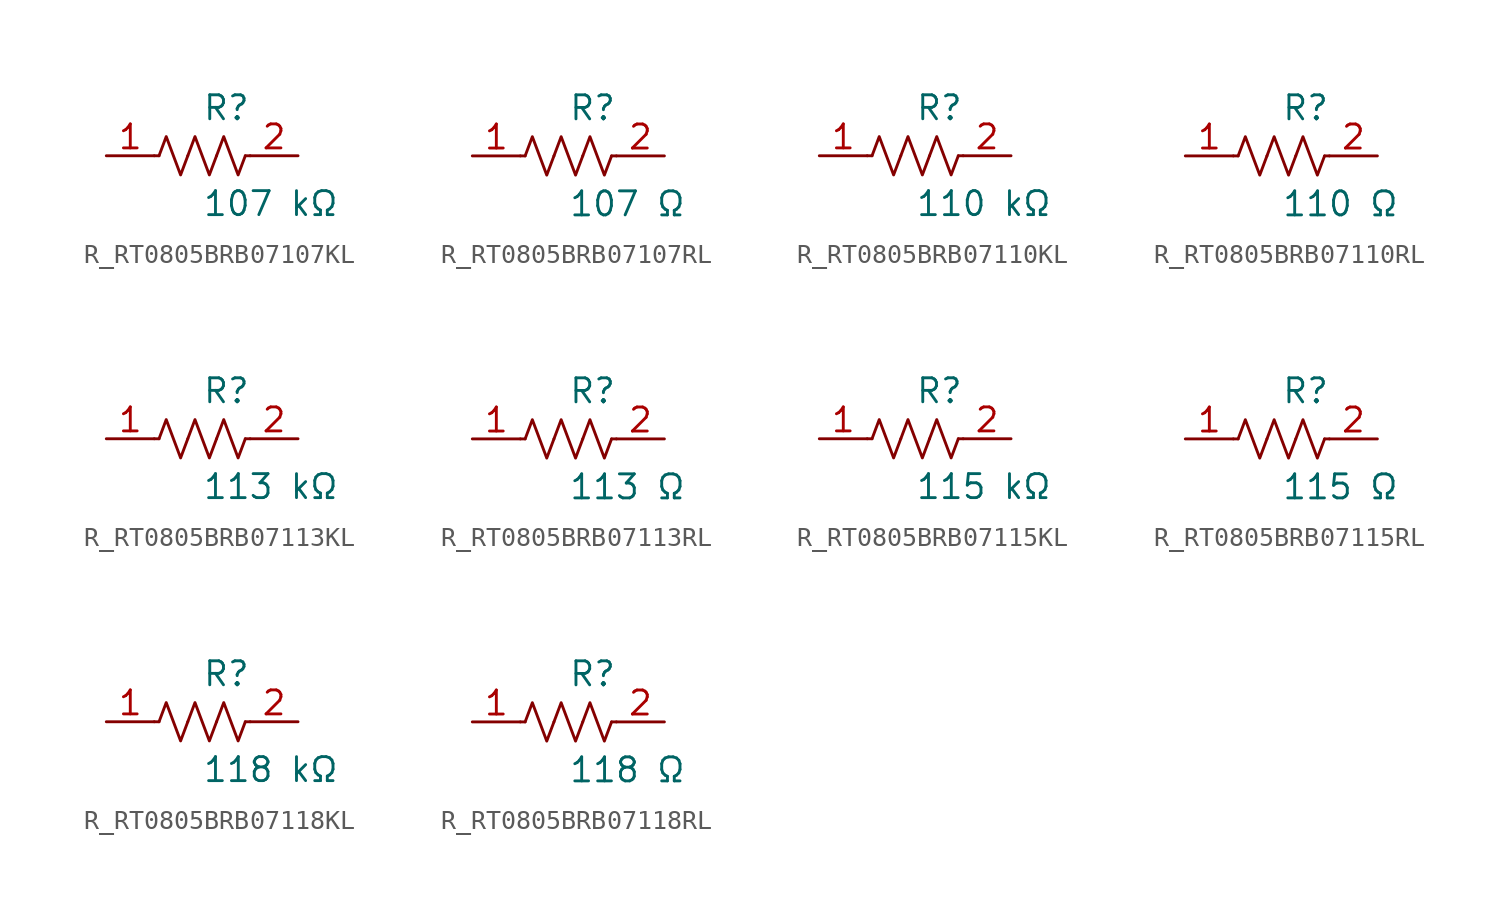
<source format=kicad_sym>
(kicad_symbol_lib
  (version 20231120)
  (generator kicad_symbol_editor)
  (generator_version 8.0)
  (symbol "R_RT0805BRB07107KL"
    (pin_names
      (offset 0.254))
    (property "Reference" "R"
      (at 0 2.54 0)
      (effects (font (size 1.27 1.27)) (justify left)))
    (property "Value" "107 kΩ"
      (at 0 -2.54 0)
      (effects (font (size 1.27 1.27)) (justify left)))
    (symbol "R_RT0805BRB07107KL_0_1"
      (polyline (pts (xy 2.286 0) (xy 2.54 0)) (stroke (width 0) (type default)) (fill (type none)))
      (polyline (pts (xy -2.286 0) (xy -2.54 0)) (stroke (width 0) (type default)) (fill (type none)))
      (polyline (pts (xy 0.762 0) (xy 1.143 1.016) (xy 1.524 0) (xy 1.905 -1.016) (xy 2.286 0)) (stroke (width 0) (type default)) (fill (type none)))
      (polyline (pts (xy -0.762 0) (xy -0.381 1.016) (xy 0 0) (xy 0.381 -1.016) (xy 0.762 0)) (stroke (width 0) (type default)) (fill (type none)))
      (polyline (pts (xy -2.286 0) (xy -1.905 1.016) (xy -1.524 0) (xy -1.143 -1.016) (xy -0.762 0)) (stroke (width 0) (type default)) (fill (type none))))
    (pin unspecified line
      (at -5.08 0 0)
      (length 2.54)
      (name "" (effects (font (size 1.27 1.27))))
      (number "1" (effects (font (size 1.27 1.27)))))
    (pin unspecified line
      (at 5.08 0 180)
      (length 2.54)
      (name "" (effects (font (size 1.27 1.27))))
      (number "2" (effects (font (size 1.27 1.27))))))
  (symbol "R_RT0805BRB07107RL"
    (pin_names
      (offset 0.254))
    (property "Reference" "R"
      (at 0 2.54 0)
      (effects (font (size 1.27 1.27)) (justify left)))
    (property "Value" "107 Ω"
      (at 0 -2.54 0)
      (effects (font (size 1.27 1.27)) (justify left)))
    (symbol "R_RT0805BRB07107RL_0_1"
      (polyline (pts (xy 2.286 0) (xy 2.54 0)) (stroke (width 0) (type default)) (fill (type none)))
      (polyline (pts (xy -2.286 0) (xy -2.54 0)) (stroke (width 0) (type default)) (fill (type none)))
      (polyline (pts (xy 0.762 0) (xy 1.143 1.016) (xy 1.524 0) (xy 1.905 -1.016) (xy 2.286 0)) (stroke (width 0) (type default)) (fill (type none)))
      (polyline (pts (xy -0.762 0) (xy -0.381 1.016) (xy 0 0) (xy 0.381 -1.016) (xy 0.762 0)) (stroke (width 0) (type default)) (fill (type none)))
      (polyline (pts (xy -2.286 0) (xy -1.905 1.016) (xy -1.524 0) (xy -1.143 -1.016) (xy -0.762 0)) (stroke (width 0) (type default)) (fill (type none))))
    (pin unspecified line
      (at -5.08 0 0)
      (length 2.54)
      (name "" (effects (font (size 1.27 1.27))))
      (number "1" (effects (font (size 1.27 1.27)))))
    (pin unspecified line
      (at 5.08 0 180)
      (length 2.54)
      (name "" (effects (font (size 1.27 1.27))))
      (number "2" (effects (font (size 1.27 1.27))))))
  (symbol "R_RT0805BRB07110KL"
    (pin_names
      (offset 0.254))
    (property "Reference" "R"
      (at 0 2.54 0)
      (effects (font (size 1.27 1.27)) (justify left)))
    (property "Value" "110 kΩ"
      (at 0 -2.54 0)
      (effects (font (size 1.27 1.27)) (justify left)))
    (symbol "R_RT0805BRB07110KL_0_1"
      (polyline (pts (xy 2.286 0) (xy 2.54 0)) (stroke (width 0) (type default)) (fill (type none)))
      (polyline (pts (xy -2.286 0) (xy -2.54 0)) (stroke (width 0) (type default)) (fill (type none)))
      (polyline (pts (xy 0.762 0) (xy 1.143 1.016) (xy 1.524 0) (xy 1.905 -1.016) (xy 2.286 0)) (stroke (width 0) (type default)) (fill (type none)))
      (polyline (pts (xy -0.762 0) (xy -0.381 1.016) (xy 0 0) (xy 0.381 -1.016) (xy 0.762 0)) (stroke (width 0) (type default)) (fill (type none)))
      (polyline (pts (xy -2.286 0) (xy -1.905 1.016) (xy -1.524 0) (xy -1.143 -1.016) (xy -0.762 0)) (stroke (width 0) (type default)) (fill (type none))))
    (pin unspecified line
      (at -5.08 0 0)
      (length 2.54)
      (name "" (effects (font (size 1.27 1.27))))
      (number "1" (effects (font (size 1.27 1.27)))))
    (pin unspecified line
      (at 5.08 0 180)
      (length 2.54)
      (name "" (effects (font (size 1.27 1.27))))
      (number "2" (effects (font (size 1.27 1.27))))))
  (symbol "R_RT0805BRB07110RL"
    (pin_names
      (offset 0.254))
    (property "Reference" "R"
      (at 0 2.54 0)
      (effects (font (size 1.27 1.27)) (justify left)))
    (property "Value" "110 Ω"
      (at 0 -2.54 0)
      (effects (font (size 1.27 1.27)) (justify left)))
    (symbol "R_RT0805BRB07110RL_0_1"
      (polyline (pts (xy 2.286 0) (xy 2.54 0)) (stroke (width 0) (type default)) (fill (type none)))
      (polyline (pts (xy -2.286 0) (xy -2.54 0)) (stroke (width 0) (type default)) (fill (type none)))
      (polyline (pts (xy 0.762 0) (xy 1.143 1.016) (xy 1.524 0) (xy 1.905 -1.016) (xy 2.286 0)) (stroke (width 0) (type default)) (fill (type none)))
      (polyline (pts (xy -0.762 0) (xy -0.381 1.016) (xy 0 0) (xy 0.381 -1.016) (xy 0.762 0)) (stroke (width 0) (type default)) (fill (type none)))
      (polyline (pts (xy -2.286 0) (xy -1.905 1.016) (xy -1.524 0) (xy -1.143 -1.016) (xy -0.762 0)) (stroke (width 0) (type default)) (fill (type none))))
    (pin unspecified line
      (at -5.08 0 0)
      (length 2.54)
      (name "" (effects (font (size 1.27 1.27))))
      (number "1" (effects (font (size 1.27 1.27)))))
    (pin unspecified line
      (at 5.08 0 180)
      (length 2.54)
      (name "" (effects (font (size 1.27 1.27))))
      (number "2" (effects (font (size 1.27 1.27))))))
  (symbol "R_RT0805BRB07113KL"
    (pin_names
      (offset 0.254))
    (property "Reference" "R"
      (at 0 2.54 0)
      (effects (font (size 1.27 1.27)) (justify left)))
    (property "Value" "113 kΩ"
      (at 0 -2.54 0)
      (effects (font (size 1.27 1.27)) (justify left)))
    (symbol "R_RT0805BRB07113KL_0_1"
      (polyline (pts (xy 2.286 0) (xy 2.54 0)) (stroke (width 0) (type default)) (fill (type none)))
      (polyline (pts (xy -2.286 0) (xy -2.54 0)) (stroke (width 0) (type default)) (fill (type none)))
      (polyline (pts (xy 0.762 0) (xy 1.143 1.016) (xy 1.524 0) (xy 1.905 -1.016) (xy 2.286 0)) (stroke (width 0) (type default)) (fill (type none)))
      (polyline (pts (xy -0.762 0) (xy -0.381 1.016) (xy 0 0) (xy 0.381 -1.016) (xy 0.762 0)) (stroke (width 0) (type default)) (fill (type none)))
      (polyline (pts (xy -2.286 0) (xy -1.905 1.016) (xy -1.524 0) (xy -1.143 -1.016) (xy -0.762 0)) (stroke (width 0) (type default)) (fill (type none))))
    (pin unspecified line
      (at -5.08 0 0)
      (length 2.54)
      (name "" (effects (font (size 1.27 1.27))))
      (number "1" (effects (font (size 1.27 1.27)))))
    (pin unspecified line
      (at 5.08 0 180)
      (length 2.54)
      (name "" (effects (font (size 1.27 1.27))))
      (number "2" (effects (font (size 1.27 1.27))))))
  (symbol "R_RT0805BRB07113RL"
    (pin_names
      (offset 0.254))
    (property "Reference" "R"
      (at 0 2.54 0)
      (effects (font (size 1.27 1.27)) (justify left)))
    (property "Value" "113 Ω"
      (at 0 -2.54 0)
      (effects (font (size 1.27 1.27)) (justify left)))
    (symbol "R_RT0805BRB07113RL_0_1"
      (polyline (pts (xy 2.286 0) (xy 2.54 0)) (stroke (width 0) (type default)) (fill (type none)))
      (polyline (pts (xy -2.286 0) (xy -2.54 0)) (stroke (width 0) (type default)) (fill (type none)))
      (polyline (pts (xy 0.762 0) (xy 1.143 1.016) (xy 1.524 0) (xy 1.905 -1.016) (xy 2.286 0)) (stroke (width 0) (type default)) (fill (type none)))
      (polyline (pts (xy -0.762 0) (xy -0.381 1.016) (xy 0 0) (xy 0.381 -1.016) (xy 0.762 0)) (stroke (width 0) (type default)) (fill (type none)))
      (polyline (pts (xy -2.286 0) (xy -1.905 1.016) (xy -1.524 0) (xy -1.143 -1.016) (xy -0.762 0)) (stroke (width 0) (type default)) (fill (type none))))
    (pin unspecified line
      (at -5.08 0 0)
      (length 2.54)
      (name "" (effects (font (size 1.27 1.27))))
      (number "1" (effects (font (size 1.27 1.27)))))
    (pin unspecified line
      (at 5.08 0 180)
      (length 2.54)
      (name "" (effects (font (size 1.27 1.27))))
      (number "2" (effects (font (size 1.27 1.27))))))
  (symbol "R_RT0805BRB07115KL"
    (pin_names
      (offset 0.254))
    (property "Reference" "R"
      (at 0 2.54 0)
      (effects (font (size 1.27 1.27)) (justify left)))
    (property "Value" "115 kΩ"
      (at 0 -2.54 0)
      (effects (font (size 1.27 1.27)) (justify left)))
    (symbol "R_RT0805BRB07115KL_0_1"
      (polyline (pts (xy 2.286 0) (xy 2.54 0)) (stroke (width 0) (type default)) (fill (type none)))
      (polyline (pts (xy -2.286 0) (xy -2.54 0)) (stroke (width 0) (type default)) (fill (type none)))
      (polyline (pts (xy 0.762 0) (xy 1.143 1.016) (xy 1.524 0) (xy 1.905 -1.016) (xy 2.286 0)) (stroke (width 0) (type default)) (fill (type none)))
      (polyline (pts (xy -0.762 0) (xy -0.381 1.016) (xy 0 0) (xy 0.381 -1.016) (xy 0.762 0)) (stroke (width 0) (type default)) (fill (type none)))
      (polyline (pts (xy -2.286 0) (xy -1.905 1.016) (xy -1.524 0) (xy -1.143 -1.016) (xy -0.762 0)) (stroke (width 0) (type default)) (fill (type none))))
    (pin unspecified line
      (at -5.08 0 0)
      (length 2.54)
      (name "" (effects (font (size 1.27 1.27))))
      (number "1" (effects (font (size 1.27 1.27)))))
    (pin unspecified line
      (at 5.08 0 180)
      (length 2.54)
      (name "" (effects (font (size 1.27 1.27))))
      (number "2" (effects (font (size 1.27 1.27))))))
  (symbol "R_RT0805BRB07115RL"
    (pin_names
      (offset 0.254))
    (property "Reference" "R"
      (at 0 2.54 0)
      (effects (font (size 1.27 1.27)) (justify left)))
    (property "Value" "115 Ω"
      (at 0 -2.54 0)
      (effects (font (size 1.27 1.27)) (justify left)))
    (symbol "R_RT0805BRB07115RL_0_1"
      (polyline (pts (xy 2.286 0) (xy 2.54 0)) (stroke (width 0) (type default)) (fill (type none)))
      (polyline (pts (xy -2.286 0) (xy -2.54 0)) (stroke (width 0) (type default)) (fill (type none)))
      (polyline (pts (xy 0.762 0) (xy 1.143 1.016) (xy 1.524 0) (xy 1.905 -1.016) (xy 2.286 0)) (stroke (width 0) (type default)) (fill (type none)))
      (polyline (pts (xy -0.762 0) (xy -0.381 1.016) (xy 0 0) (xy 0.381 -1.016) (xy 0.762 0)) (stroke (width 0) (type default)) (fill (type none)))
      (polyline (pts (xy -2.286 0) (xy -1.905 1.016) (xy -1.524 0) (xy -1.143 -1.016) (xy -0.762 0)) (stroke (width 0) (type default)) (fill (type none))))
    (pin unspecified line
      (at -5.08 0 0)
      (length 2.54)
      (name "" (effects (font (size 1.27 1.27))))
      (number "1" (effects (font (size 1.27 1.27)))))
    (pin unspecified line
      (at 5.08 0 180)
      (length 2.54)
      (name "" (effects (font (size 1.27 1.27))))
      (number "2" (effects (font (size 1.27 1.27))))))
  (symbol "R_RT0805BRB07118KL"
    (pin_names
      (offset 0.254))
    (property "Reference" "R"
      (at 0 2.54 0)
      (effects (font (size 1.27 1.27)) (justify left)))
    (property "Value" "118 kΩ"
      (at 0 -2.54 0)
      (effects (font (size 1.27 1.27)) (justify left)))
    (symbol "R_RT0805BRB07118KL_0_1"
      (polyline (pts (xy 2.286 0) (xy 2.54 0)) (stroke (width 0) (type default)) (fill (type none)))
      (polyline (pts (xy -2.286 0) (xy -2.54 0)) (stroke (width 0) (type default)) (fill (type none)))
      (polyline (pts (xy 0.762 0) (xy 1.143 1.016) (xy 1.524 0) (xy 1.905 -1.016) (xy 2.286 0)) (stroke (width 0) (type default)) (fill (type none)))
      (polyline (pts (xy -0.762 0) (xy -0.381 1.016) (xy 0 0) (xy 0.381 -1.016) (xy 0.762 0)) (stroke (width 0) (type default)) (fill (type none)))
      (polyline (pts (xy -2.286 0) (xy -1.905 1.016) (xy -1.524 0) (xy -1.143 -1.016) (xy -0.762 0)) (stroke (width 0) (type default)) (fill (type none))))
    (pin unspecified line
      (at -5.08 0 0)
      (length 2.54)
      (name "" (effects (font (size 1.27 1.27))))
      (number "1" (effects (font (size 1.27 1.27)))))
    (pin unspecified line
      (at 5.08 0 180)
      (length 2.54)
      (name "" (effects (font (size 1.27 1.27))))
      (number "2" (effects (font (size 1.27 1.27))))))
  (symbol "R_RT0805BRB07118RL"
    (pin_names
      (offset 0.254))
    (property "Reference" "R"
      (at 0 2.54 0)
      (effects (font (size 1.27 1.27)) (justify left)))
    (property "Value" "118 Ω"
      (at 0 -2.54 0)
      (effects (font (size 1.27 1.27)) (justify left)))
    (symbol "R_RT0805BRB07118RL_0_1"
      (polyline (pts (xy 2.286 0) (xy 2.54 0)) (stroke (width 0) (type default)) (fill (type none)))
      (polyline (pts (xy -2.286 0) (xy -2.54 0)) (stroke (width 0) (type default)) (fill (type none)))
      (polyline (pts (xy 0.762 0) (xy 1.143 1.016) (xy 1.524 0) (xy 1.905 -1.016) (xy 2.286 0)) (stroke (width 0) (type default)) (fill (type none)))
      (polyline (pts (xy -0.762 0) (xy -0.381 1.016) (xy 0 0) (xy 0.381 -1.016) (xy 0.762 0)) (stroke (width 0) (type default)) (fill (type none)))
      (polyline (pts (xy -2.286 0) (xy -1.905 1.016) (xy -1.524 0) (xy -1.143 -1.016) (xy -0.762 0)) (stroke (width 0) (type default)) (fill (type none))))
    (pin unspecified line
      (at -5.08 0 0)
      (length 2.54)
      (name "" (effects (font (size 1.27 1.27))))
      (number "1" (effects (font (size 1.27 1.27)))))
    (pin unspecified line
      (at 5.08 0 180)
      (length 2.54)
      (name "" (effects (font (size 1.27 1.27))))
      (number "2" (effects (font (size 1.27 1.27)))))))
</source>
